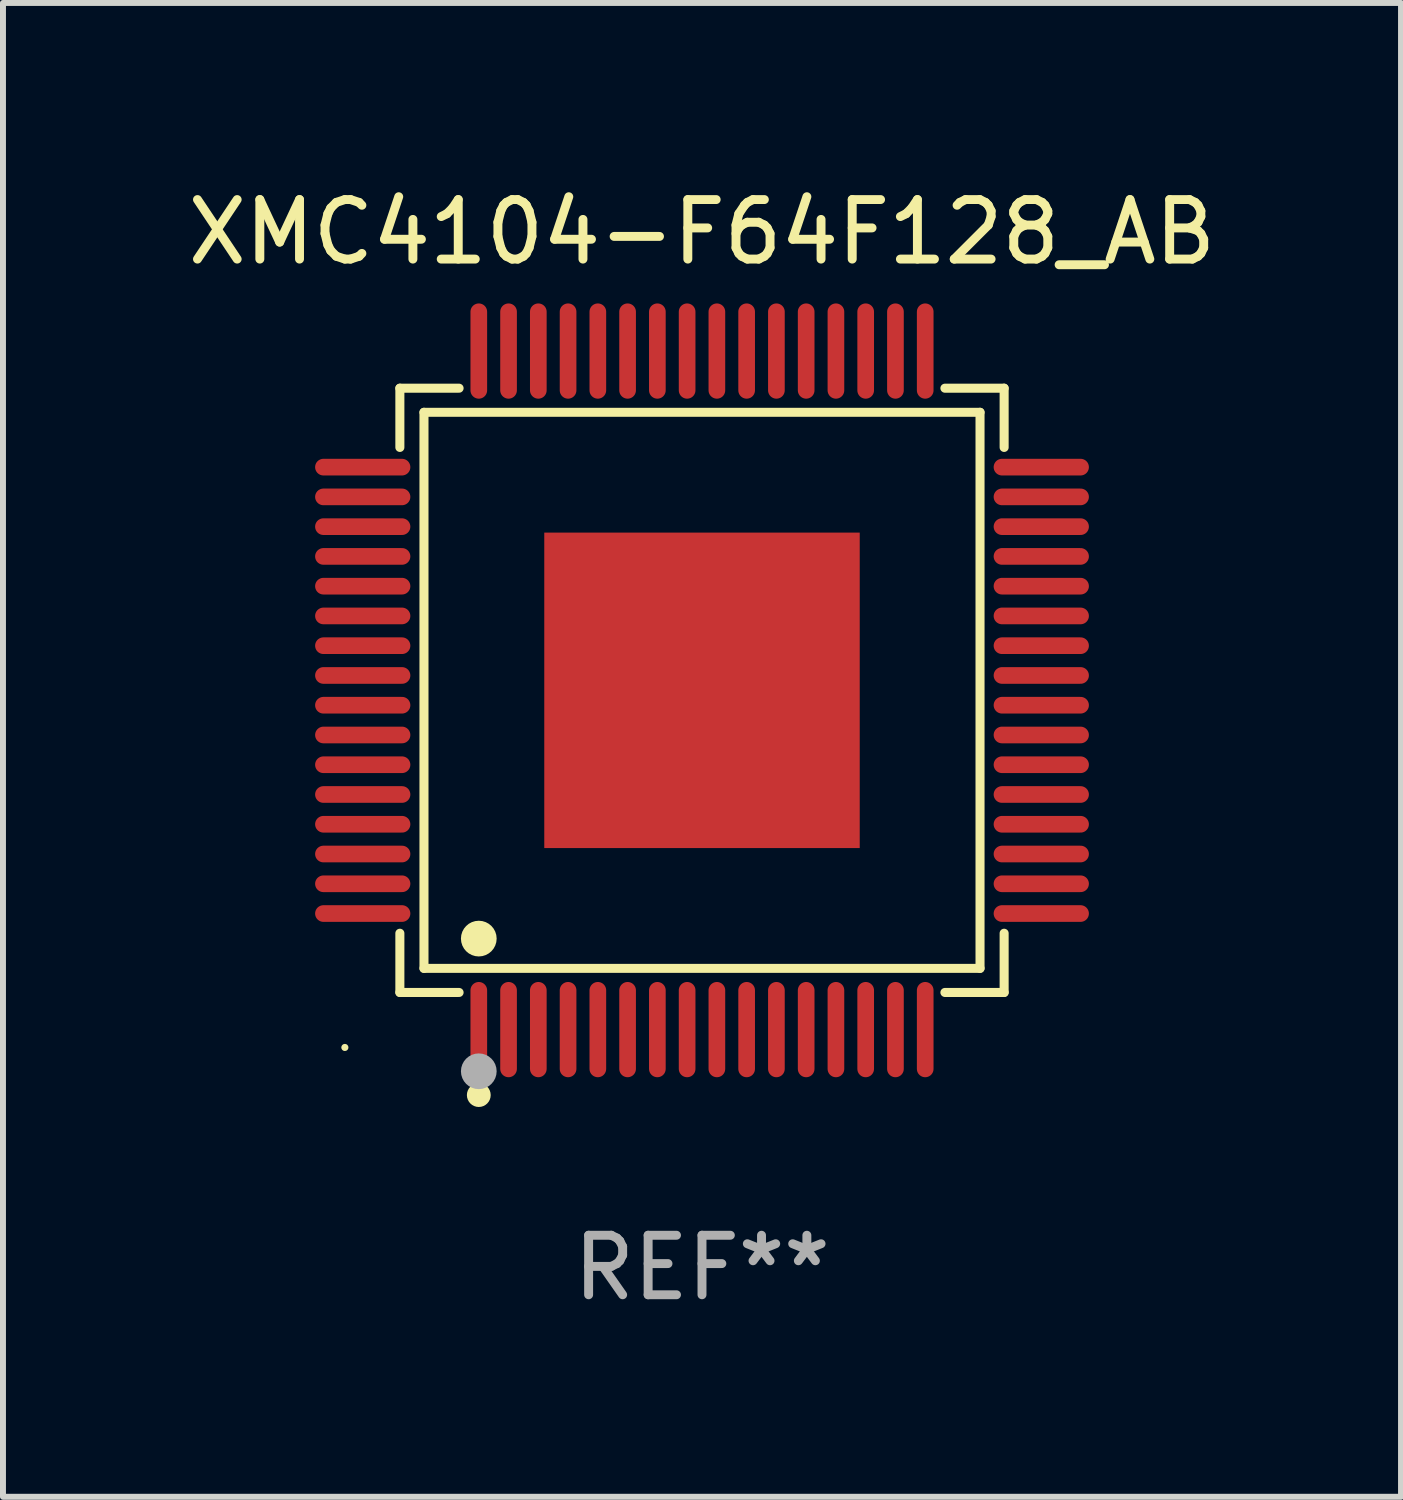
<source format=kicad_pcb>
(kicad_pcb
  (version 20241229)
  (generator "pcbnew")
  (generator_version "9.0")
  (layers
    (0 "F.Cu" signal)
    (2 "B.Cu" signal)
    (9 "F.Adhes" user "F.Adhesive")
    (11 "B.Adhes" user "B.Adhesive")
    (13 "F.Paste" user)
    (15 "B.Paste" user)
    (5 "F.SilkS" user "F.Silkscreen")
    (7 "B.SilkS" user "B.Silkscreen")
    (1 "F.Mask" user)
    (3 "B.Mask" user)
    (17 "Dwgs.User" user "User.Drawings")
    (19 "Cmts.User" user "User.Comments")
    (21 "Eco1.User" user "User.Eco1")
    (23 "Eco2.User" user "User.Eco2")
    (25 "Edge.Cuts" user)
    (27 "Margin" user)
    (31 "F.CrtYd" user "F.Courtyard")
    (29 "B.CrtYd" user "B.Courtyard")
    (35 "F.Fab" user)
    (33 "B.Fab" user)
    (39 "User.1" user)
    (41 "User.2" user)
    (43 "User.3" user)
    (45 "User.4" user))
  (footprint "XMC4104-F64F128_AB"
    (layer "F.Cu")
    (at 8.744 8.548)
    (property "Reference" "XMC4104-F64F128_AB" (at 0 -7.7 0) (layer "F.SilkS") (effects (font (size 1 1) (thickness 0.15))))
    (attr through_hole)
    (fp_line (start -5.076 -5.076) (end -4.081 -5.076) (stroke (width 0.152) (type solid)) (layer "F.SilkS"))
    (fp_line (start -5.076 -4.081) (end -5.076 -5.076) (stroke (width 0.152) (type solid)) (layer "F.SilkS"))
    (fp_line (start -5.076 4.081) (end -5.076 5.076) (stroke (width 0.152) (type solid)) (layer "F.SilkS"))
    (fp_line (start -5.076 5.076) (end -4.081 5.076) (stroke (width 0.152) (type solid)) (layer "F.SilkS"))
    (fp_line (start -4.671 -4.671) (end 4.671 -4.671) (stroke (width 0.152) (type solid)) (layer "F.SilkS"))
    (fp_line (start -4.671 4.671) (end -4.671 -4.671) (stroke (width 0.152) (type solid)) (layer "F.SilkS"))
    (fp_line (start 4.671 -4.671) (end 4.671 4.671) (stroke (width 0.152) (type solid)) (layer "F.SilkS"))
    (fp_line (start 4.671 4.671) (end -4.671 4.671) (stroke (width 0.152) (type solid)) (layer "F.SilkS"))
    (fp_line (start 5.076 -5.076) (end 4.081 -5.076) (stroke (width 0.152) (type solid)) (layer "F.SilkS"))
    (fp_line (start 5.076 -4.081) (end 5.076 -5.076) (stroke (width 0.152) (type solid)) (layer "F.SilkS"))
    (fp_line (start 5.076 4.081) (end 5.076 5.076) (stroke (width 0.152) (type solid)) (layer "F.SilkS"))
    (fp_line (start 5.076 5.076) (end 4.081 5.076) (stroke (width 0.152) (type solid)) (layer "F.SilkS"))
    (fp_circle (center -6 6) (end -5.97 6) (stroke (width 0.06) (type solid)) (fill no) (layer "F.SilkS"))
    (fp_circle (center -3.75 4.171) (end -3.6 4.171) (stroke (width 0.3) (type solid)) (fill no) (layer "F.SilkS"))
    (fp_circle (center -3.75 6.8) (end -3.65 6.8) (stroke (width 0.2) (type solid)) (fill no) (layer "F.SilkS"))
    (fp_circle (center -3.75 6.4) (end -3.6 6.4) (stroke (width 0.3) (type solid)) (fill no) (layer "F.Fab"))
    (fp_text user "REF**" (at 0 9.7 0) (layer "F.Fab") (effects (font (size 1 1) (thickness 0.15))))
    (pad "1" smd oval (at -3.75 5.7) (size 0.28 1.6) (layers "F.Cu" "F.Mask" "F.Paste"))
    (pad "2" smd oval (at -3.25 5.7) (size 0.28 1.6) (layers "F.Cu" "F.Mask" "F.Paste"))
    (pad "3" smd oval (at -2.75 5.7) (size 0.28 1.6) (layers "F.Cu" "F.Mask" "F.Paste"))
    (pad "4" smd oval (at -2.25 5.7) (size 0.28 1.6) (layers "F.Cu" "F.Mask" "F.Paste"))
    (pad "5" smd oval (at -1.75 5.7) (size 0.28 1.6) (layers "F.Cu" "F.Mask" "F.Paste"))
    (pad "6" smd oval (at -1.25 5.7) (size 0.28 1.6) (layers "F.Cu" "F.Mask" "F.Paste"))
    (pad "7" smd oval (at -0.75 5.7) (size 0.28 1.6) (layers "F.Cu" "F.Mask" "F.Paste"))
    (pad "8" smd oval (at -0.25 5.7) (size 0.28 1.6) (layers "F.Cu" "F.Mask" "F.Paste"))
    (pad "9" smd oval (at 0.25 5.7) (size 0.28 1.6) (layers "F.Cu" "F.Mask" "F.Paste"))
    (pad "10" smd oval (at 0.75 5.7) (size 0.28 1.6) (layers "F.Cu" "F.Mask" "F.Paste"))
    (pad "11" smd oval (at 1.25 5.7) (size 0.28 1.6) (layers "F.Cu" "F.Mask" "F.Paste"))
    (pad "12" smd oval (at 1.75 5.7) (size 0.28 1.6) (layers "F.Cu" "F.Mask" "F.Paste"))
    (pad "13" smd oval (at 2.25 5.7) (size 0.28 1.6) (layers "F.Cu" "F.Mask" "F.Paste"))
    (pad "14" smd oval (at 2.75 5.7) (size 0.28 1.6) (layers "F.Cu" "F.Mask" "F.Paste"))
    (pad "15" smd oval (at 3.25 5.7) (size 0.28 1.6) (layers "F.Cu" "F.Mask" "F.Paste"))
    (pad "16" smd oval (at 3.75 5.7) (size 0.28 1.6) (layers "F.Cu" "F.Mask" "F.Paste"))
    (pad "17" smd oval (at 5.7 3.75) (size 1.6 0.28) (layers "F.Cu" "F.Mask" "F.Paste"))
    (pad "18" smd oval (at 5.7 3.25) (size 1.6 0.28) (layers "F.Cu" "F.Mask" "F.Paste"))
    (pad "19" smd oval (at 5.7 2.75) (size 1.6 0.28) (layers "F.Cu" "F.Mask" "F.Paste"))
    (pad "20" smd oval (at 5.7 2.25) (size 1.6 0.28) (layers "F.Cu" "F.Mask" "F.Paste"))
    (pad "21" smd oval (at 5.7 1.75) (size 1.6 0.28) (layers "F.Cu" "F.Mask" "F.Paste"))
    (pad "22" smd oval (at 5.7 1.25) (size 1.6 0.28) (layers "F.Cu" "F.Mask" "F.Paste"))
    (pad "23" smd oval (at 5.7 0.75) (size 1.6 0.28) (layers "F.Cu" "F.Mask" "F.Paste"))
    (pad "24" smd oval (at 5.7 0.25) (size 1.6 0.28) (layers "F.Cu" "F.Mask" "F.Paste"))
    (pad "25" smd oval (at 5.7 -0.25) (size 1.6 0.28) (layers "F.Cu" "F.Mask" "F.Paste"))
    (pad "26" smd oval (at 5.7 -0.75) (size 1.6 0.28) (layers "F.Cu" "F.Mask" "F.Paste"))
    (pad "27" smd oval (at 5.7 -1.25) (size 1.6 0.28) (layers "F.Cu" "F.Mask" "F.Paste"))
    (pad "28" smd oval (at 5.7 -1.75) (size 1.6 0.28) (layers "F.Cu" "F.Mask" "F.Paste"))
    (pad "29" smd oval (at 5.7 -2.25) (size 1.6 0.28) (layers "F.Cu" "F.Mask" "F.Paste"))
    (pad "30" smd oval (at 5.7 -2.75) (size 1.6 0.28) (layers "F.Cu" "F.Mask" "F.Paste"))
    (pad "31" smd oval (at 5.7 -3.25) (size 1.6 0.28) (layers "F.Cu" "F.Mask" "F.Paste"))
    (pad "32" smd oval (at 5.7 -3.75) (size 1.6 0.28) (layers "F.Cu" "F.Mask" "F.Paste"))
    (pad "33" smd oval (at 3.75 -5.7) (size 0.28 1.6) (layers "F.Cu" "F.Mask" "F.Paste"))
    (pad "34" smd oval (at 3.25 -5.7) (size 0.28 1.6) (layers "F.Cu" "F.Mask" "F.Paste"))
    (pad "35" smd oval (at 2.75 -5.7) (size 0.28 1.6) (layers "F.Cu" "F.Mask" "F.Paste"))
    (pad "36" smd oval (at 2.25 -5.7) (size 0.28 1.6) (layers "F.Cu" "F.Mask" "F.Paste"))
    (pad "37" smd oval (at 1.75 -5.7) (size 0.28 1.6) (layers "F.Cu" "F.Mask" "F.Paste"))
    (pad "38" smd oval (at 1.25 -5.7) (size 0.28 1.6) (layers "F.Cu" "F.Mask" "F.Paste"))
    (pad "39" smd oval (at 0.75 -5.7) (size 0.28 1.6) (layers "F.Cu" "F.Mask" "F.Paste"))
    (pad "40" smd oval (at 0.25 -5.7) (size 0.28 1.6) (layers "F.Cu" "F.Mask" "F.Paste"))
    (pad "41" smd oval (at -0.25 -5.7) (size 0.28 1.6) (layers "F.Cu" "F.Mask" "F.Paste"))
    (pad "42" smd oval (at -0.75 -5.7) (size 0.28 1.6) (layers "F.Cu" "F.Mask" "F.Paste"))
    (pad "43" smd oval (at -1.25 -5.7) (size 0.28 1.6) (layers "F.Cu" "F.Mask" "F.Paste"))
    (pad "44" smd oval (at -1.75 -5.7) (size 0.28 1.6) (layers "F.Cu" "F.Mask" "F.Paste"))
    (pad "45" smd oval (at -2.25 -5.7) (size 0.28 1.6) (layers "F.Cu" "F.Mask" "F.Paste"))
    (pad "46" smd oval (at -2.75 -5.7) (size 0.28 1.6) (layers "F.Cu" "F.Mask" "F.Paste"))
    (pad "47" smd oval (at -3.25 -5.7) (size 0.28 1.6) (layers "F.Cu" "F.Mask" "F.Paste"))
    (pad "48" smd oval (at -3.75 -5.7) (size 0.28 1.6) (layers "F.Cu" "F.Mask" "F.Paste"))
    (pad "49" smd oval (at -5.7 -3.75) (size 1.6 0.28) (layers "F.Cu" "F.Mask" "F.Paste"))
    (pad "50" smd oval (at -5.7 -3.25) (size 1.6 0.28) (layers "F.Cu" "F.Mask" "F.Paste"))
    (pad "51" smd oval (at -5.7 -2.75) (size 1.6 0.28) (layers "F.Cu" "F.Mask" "F.Paste"))
    (pad "52" smd oval (at -5.7 -2.25) (size 1.6 0.28) (layers "F.Cu" "F.Mask" "F.Paste"))
    (pad "53" smd oval (at -5.7 -1.75) (size 1.6 0.28) (layers "F.Cu" "F.Mask" "F.Paste"))
    (pad "54" smd oval (at -5.7 -1.25) (size 1.6 0.28) (layers "F.Cu" "F.Mask" "F.Paste"))
    (pad "55" smd oval (at -5.7 -0.75) (size 1.6 0.28) (layers "F.Cu" "F.Mask" "F.Paste"))
    (pad "56" smd oval (at -5.7 -0.25) (size 1.6 0.28) (layers "F.Cu" "F.Mask" "F.Paste"))
    (pad "57" smd oval (at -5.7 0.25) (size 1.6 0.28) (layers "F.Cu" "F.Mask" "F.Paste"))
    (pad "58" smd oval (at -5.7 0.75) (size 1.6 0.28) (layers "F.Cu" "F.Mask" "F.Paste"))
    (pad "59" smd oval (at -5.7 1.25) (size 1.6 0.28) (layers "F.Cu" "F.Mask" "F.Paste"))
    (pad "60" smd oval (at -5.7 1.75) (size 1.6 0.28) (layers "F.Cu" "F.Mask" "F.Paste"))
    (pad "61" smd oval (at -5.7 2.25) (size 1.6 0.28) (layers "F.Cu" "F.Mask" "F.Paste"))
    (pad "62" smd oval (at -5.7 2.75) (size 1.6 0.28) (layers "F.Cu" "F.Mask" "F.Paste"))
    (pad "63" smd oval (at -5.7 3.25) (size 1.6 0.28) (layers "F.Cu" "F.Mask" "F.Paste"))
    (pad "64" smd oval (at -5.7 3.75) (size 1.6 0.28) (layers "F.Cu" "F.Mask" "F.Paste"))
    (pad "65" smd rect (at 0 0) (size 5.3 5.3) (layers "F.Cu" "F.Mask" "F.Paste")))
  (gr_rect
    (start -3 -3)
    (end 20.488 22.097)
    (stroke (width 0.1) (type default))
    (fill no)
    (layer "Edge.Cuts")))
</source>
